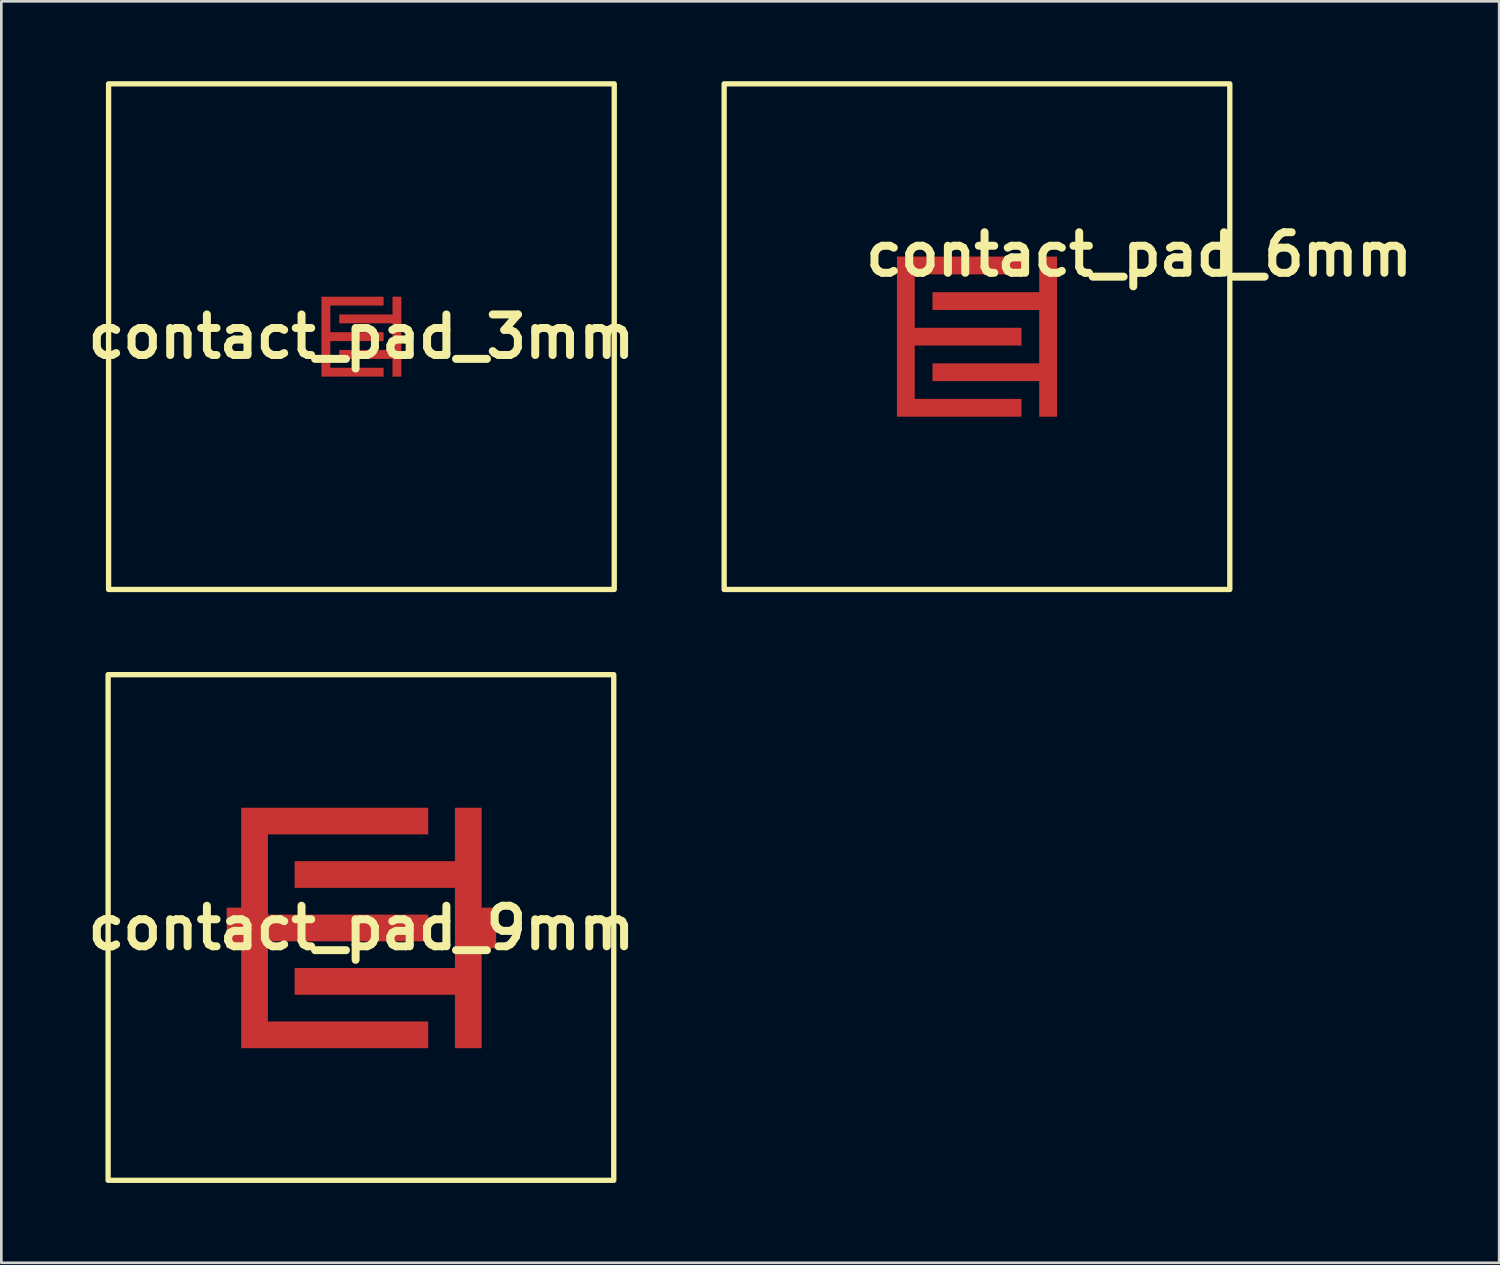
<source format=kicad_pcb>
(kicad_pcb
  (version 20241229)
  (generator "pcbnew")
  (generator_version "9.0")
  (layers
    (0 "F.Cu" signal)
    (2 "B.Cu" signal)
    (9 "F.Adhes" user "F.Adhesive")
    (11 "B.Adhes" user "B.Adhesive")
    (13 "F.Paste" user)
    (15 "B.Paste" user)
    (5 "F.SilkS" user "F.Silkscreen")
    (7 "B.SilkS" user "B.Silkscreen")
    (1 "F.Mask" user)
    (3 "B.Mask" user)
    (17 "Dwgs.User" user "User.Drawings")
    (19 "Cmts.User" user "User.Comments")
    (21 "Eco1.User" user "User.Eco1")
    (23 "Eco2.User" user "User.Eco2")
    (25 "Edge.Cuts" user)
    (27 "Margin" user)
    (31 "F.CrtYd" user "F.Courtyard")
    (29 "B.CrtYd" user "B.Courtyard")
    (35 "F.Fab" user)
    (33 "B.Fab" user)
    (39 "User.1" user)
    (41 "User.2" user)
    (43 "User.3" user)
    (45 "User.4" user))
  (footprint "contact_pad_9mm"
    (layer "F.Cu")
    (at 10.512 31.8)
    (property "Reference" "contact_pad_9mm" (at 0.018 0.018 0) (layer "F.SilkS") (effects (font (size 1.524 1.524) (thickness 0.3))))
    (attr board_only exclude_from_pos_files exclude_from_bom)
    (fp_poly (pts (xy 2.528 -3.496) (xy -3.496 -3.496) (xy -3.496 -0.484) (xy 2.528 -0.484) (xy 2.528 0.52) (xy -3.496 0.52) (xy -3.496 3.532) (xy 2.528 3.532) (xy 2.528 4.536) (xy -4.5 4.536) (xy -4.5 -4.5) (xy 2.528 -4.5)) (stroke (width 0) (type solid)) (fill yes) (layer "F.Cu"))
    (fp_poly (pts (xy 4.536 4.536) (xy 3.532 4.536) (xy 3.532 2.528) (xy -2.492 2.528) (xy -2.492 1.524) (xy 3.532 1.524) (xy 3.532 -1.488) (xy -2.492 -1.488) (xy -2.492 -2.492) (xy 3.532 -2.492) (xy 3.532 -4.5) (xy 4.536 -4.5)) (stroke (width 0) (type solid)) (fill yes) (layer "F.Cu"))
    (fp_rect (start -9.5 -9.5) (end 9.5 9.5) (stroke (width 0.2) (type solid)) (fill no) (layer "F.SilkS"))
    (pad "1" smd rect (at 4.318 0.018) (size 1.524 1.524) (layers "F.Cu" "F.Mask" "F.Paste"))
    (pad "2" smd rect (at -4.282 0.018) (size 1.524 1.524) (layers "F.Cu" "F.Mask" "F.Paste")))
  (footprint "contact_pad_3mm"
    (layer "F.Cu")
    (at 10.53 9.6)
    (property "Reference" "contact_pad_3mm" (at 0 0 0) (layer "F.SilkS") (effects (font (size 1.524 1.524) (thickness 0.3))))
    (attr board_only exclude_from_pos_files exclude_from_bom)
    (fp_rect (start -9.5 -9.5) (end 9.5 9.5) (stroke (width 0.2) (type solid)) (fill no) (layer "F.SilkS"))
    (pad "1" smd custom (at 1.36 0) (size 0.25 0.25) (layers "F.Cu" "F.Mask" "F.Paste") (options (anchor circle)) (primitives (gr_poly (pts (xy 0.142 1.502) (xy -0.192 1.502) (xy -0.192 0.834) (xy -2.194 0.834) (xy -2.194 0.501) (xy -0.192 0.501) (xy -0.192 -0.501) (xy -2.194 -0.501) (xy -2.194 -0.835) (xy -0.192 -0.835) (xy -0.192 -1.502) (xy 0.142 -1.502)) (width 0) (fill yes))))
    (pad "2" smd custom (at -1.32 -0.02) (size 0.25 0.25) (layers "F.Cu" "F.Mask" "F.Paste") (options (anchor circle)) (primitives (gr_poly (pts (xy 2.154 -1.148) (xy 0.152 -1.148) (xy 0.152 -0.147) (xy 2.154 -0.147) (xy 2.154 0.187) (xy 0.152 0.187) (xy 0.152 1.188) (xy 2.154 1.188) (xy 2.154 1.522) (xy -0.182 1.522) (xy -0.182 -1.482) (xy 2.154 -1.482)) (width 0) (fill yes)))))
  (footprint "contact_pad_6mm"
    (layer "F.Cu")
    (at 33.66 9.6)
    (property "Reference" "contact_pad_6mm" (at 6.091 -3.089 0) (layer "F.SilkS") (effects (font (size 1.524 1.524) (thickness 0.3))))
    (attr board_only exclude_from_pos_files exclude_from_bom)
    (fp_rect (start -9.5 -9.5) (end 9.5 9.5) (stroke (width 0.2) (type solid)) (fill no) (layer "F.SilkS"))
    (pad "1" smd custom (at 2.882 0.002) (size 0.25 6) (layers "F.Cu" "F.Mask") (options (anchor rect)) (primitives (gr_poly (pts (xy 0.125 3.006) (xy -0.543 3.006) (xy -0.543 1.669) (xy -4.554 1.669) (xy -4.554 1.001) (xy -0.543 1.001) (xy -0.543 -1.005) (xy -4.554 -1.005) (xy -4.554 -1.673) (xy -0.543 -1.673) (xy -0.543 -3.01) (xy 0.125 -3.01)) (width 0) (fill yes))))
    (pad "2" smd custom (at -2.882 0.002) (size 0.25 6) (layers "F.Cu" "F.Mask") (options (anchor rect)) (primitives (gr_poly (pts (xy 4.554 -2.342) (xy 0.543 -2.342) (xy 0.543 -0.336) (xy 4.554 -0.336) (xy 4.554 0.332) (xy 0.543 0.332) (xy 0.543 2.337) (xy 4.554 2.337) (xy 4.554 3.006) (xy -0.125 3.006) (xy -0.125 -3.01) (xy 4.554 -3.01)) (width 0) (fill yes)))))
  (gr_rect
    (start -3 -3)
    (end 53.281 44.4)
    (stroke (width 0.1) (type default))
    (fill no)
    (layer "Edge.Cuts")))
</source>
